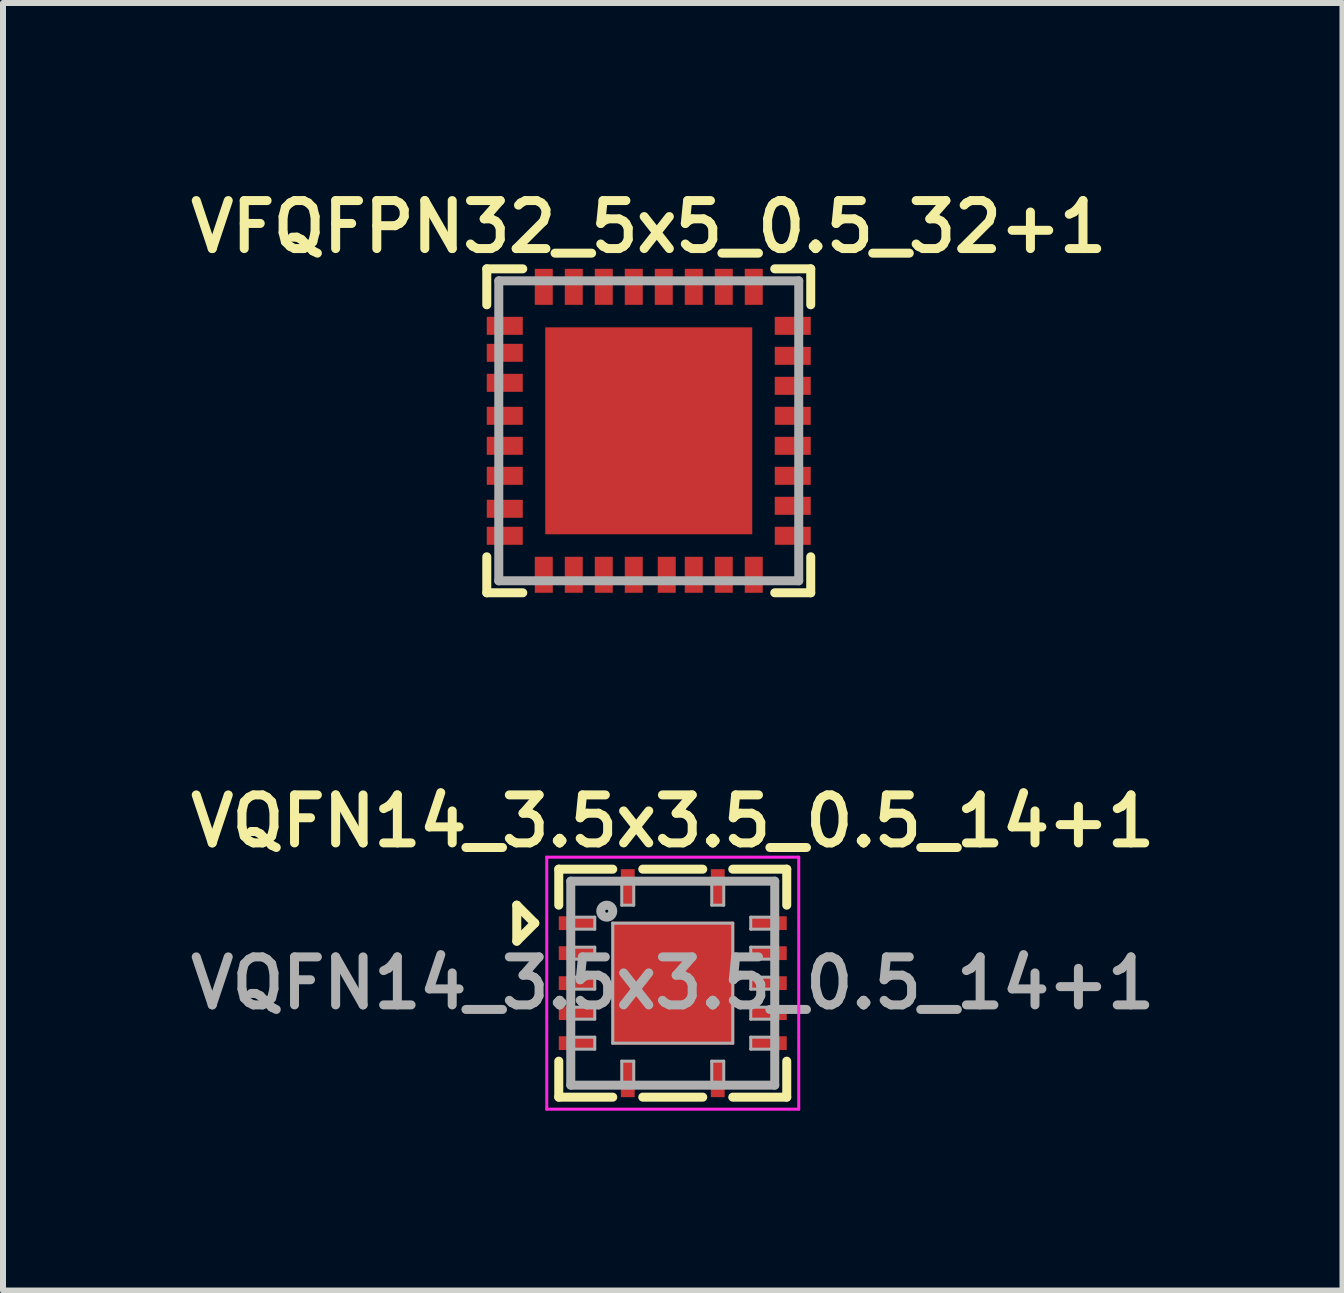
<source format=kicad_pcb>
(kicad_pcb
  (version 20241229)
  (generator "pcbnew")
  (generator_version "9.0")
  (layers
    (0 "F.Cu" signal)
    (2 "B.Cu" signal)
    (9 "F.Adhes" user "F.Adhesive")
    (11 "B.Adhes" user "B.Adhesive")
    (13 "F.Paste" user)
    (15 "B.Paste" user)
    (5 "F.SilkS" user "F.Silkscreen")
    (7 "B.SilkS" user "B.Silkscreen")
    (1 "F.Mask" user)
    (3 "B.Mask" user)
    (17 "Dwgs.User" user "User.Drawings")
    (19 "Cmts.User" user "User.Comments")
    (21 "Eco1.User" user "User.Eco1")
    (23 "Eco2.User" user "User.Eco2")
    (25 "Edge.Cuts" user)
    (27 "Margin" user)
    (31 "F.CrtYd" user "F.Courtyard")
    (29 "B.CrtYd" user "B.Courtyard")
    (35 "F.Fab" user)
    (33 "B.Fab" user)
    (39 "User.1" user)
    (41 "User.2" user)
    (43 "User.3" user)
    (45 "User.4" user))
  (footprint "VQFN14_3.5x3.5_0.5_14+1"
    (layer "F.Cu")
    (at 8.164 13.338)
    (property "Reference" "VQFN14_3.5x3.5_0.5_14+1" (at 0 -2.7 0) (layer "F.SilkS") (effects (font (size 0.8 0.8) (thickness 0.15))))
    (attr through_hole)
    (fp_line (start -2.6 -1.3) (end -2.3 -1) (stroke (width 0.15) (type solid)) (layer "F.SilkS"))
    (fp_line (start -2.6 -0.7) (end -2.6 -1.3) (stroke (width 0.15) (type solid)) (layer "F.SilkS"))
    (fp_line (start -2.3 -1) (end -2.6 -0.7) (stroke (width 0.15) (type solid)) (layer "F.SilkS"))
    (fp_line (start -1.9 -1.9) (end -1 -1.9) (stroke (width 0.15) (type solid)) (layer "F.SilkS"))
    (fp_line (start -1.9 -1.3) (end -1.9 -1.9) (stroke (width 0.15) (type solid)) (layer "F.SilkS"))
    (fp_line (start -1.9 1.3) (end -1.9 1.9) (stroke (width 0.15) (type solid)) (layer "F.SilkS"))
    (fp_line (start -1.9 1.9) (end -1 1.9) (stroke (width 0.15) (type solid)) (layer "F.SilkS"))
    (fp_line (start -0.5 1.9) (end 0.5 1.9) (stroke (width 0.15) (type solid)) (layer "F.SilkS"))
    (fp_line (start 0.5 -1.9) (end -0.5 -1.9) (stroke (width 0.15) (type solid)) (layer "F.SilkS"))
    (fp_line (start 1.9 -1.9) (end 1 -1.9) (stroke (width 0.15) (type solid)) (layer "F.SilkS"))
    (fp_line (start 1.9 -1.3) (end 1.9 -1.9) (stroke (width 0.15) (type solid)) (layer "F.SilkS"))
    (fp_line (start 1.9 1.3) (end 1.9 1.9) (stroke (width 0.15) (type solid)) (layer "F.SilkS"))
    (fp_line (start 1.9 1.9) (end 1 1.9) (stroke (width 0.15) (type solid)) (layer "F.SilkS"))
    (fp_line (start -2.1 -2.1) (end -2.1 2.1) (stroke (width 0.05) (type solid)) (layer "F.CrtYd"))
    (fp_line (start -2.1 2.1) (end 2.1 2.1) (stroke (width 0.05) (type solid)) (layer "F.CrtYd"))
    (fp_line (start 2.1 -2.1) (end -2.1 -2.1) (stroke (width 0.05) (type solid)) (layer "F.CrtYd"))
    (fp_line (start 2.1 2.1) (end 2.1 -2.1) (stroke (width 0.05) (type solid)) (layer "F.CrtYd"))
    (fp_line (start -1.7 -1.7) (end -1.7 1.7) (stroke (width 0.15) (type solid)) (layer "F.Fab"))
    (fp_line (start -1.7 -0.9) (end -1.3 -0.9) (stroke (width 0.05) (type solid)) (layer "F.Fab"))
    (fp_line (start -1.7 -0.4) (end -1.3 -0.4) (stroke (width 0.05) (type solid)) (layer "F.Fab"))
    (fp_line (start -1.7 0.1) (end -1.3 0.1) (stroke (width 0.05) (type solid)) (layer "F.Fab"))
    (fp_line (start -1.7 0.6) (end -1.3 0.6) (stroke (width 0.05) (type solid)) (layer "F.Fab"))
    (fp_line (start -1.7 1.1) (end -1.3 1.1) (stroke (width 0.05) (type solid)) (layer "F.Fab"))
    (fp_line (start -1.7 1.7) (end 1.7 1.7) (stroke (width 0.15) (type solid)) (layer "F.Fab"))
    (fp_line (start -1.3 -1.1) (end -1.7 -1.1) (stroke (width 0.05) (type solid)) (layer "F.Fab"))
    (fp_line (start -1.3 -0.9) (end -1.3 -1.1) (stroke (width 0.05) (type solid)) (layer "F.Fab"))
    (fp_line (start -1.3 -0.6) (end -1.7 -0.6) (stroke (width 0.05) (type solid)) (layer "F.Fab"))
    (fp_line (start -1.3 -0.4) (end -1.3 -0.6) (stroke (width 0.05) (type solid)) (layer "F.Fab"))
    (fp_line (start -1.3 -0.1) (end -1.7 -0.1) (stroke (width 0.05) (type solid)) (layer "F.Fab"))
    (fp_line (start -1.3 0.1) (end -1.3 -0.1) (stroke (width 0.05) (type solid)) (layer "F.Fab"))
    (fp_line (start -1.3 0.4) (end -1.7 0.4) (stroke (width 0.05) (type solid)) (layer "F.Fab"))
    (fp_line (start -1.3 0.6) (end -1.3 0.4) (stroke (width 0.05) (type solid)) (layer "F.Fab"))
    (fp_line (start -1.3 0.9) (end -1.7 0.9) (stroke (width 0.05) (type solid)) (layer "F.Fab"))
    (fp_line (start -1.3 1.1) (end -1.3 0.9) (stroke (width 0.05) (type solid)) (layer "F.Fab"))
    (fp_line (start -1 -1) (end -1 1) (stroke (width 0.05) (type solid)) (layer "F.Fab"))
    (fp_line (start -1 1) (end 1 1) (stroke (width 0.05) (type solid)) (layer "F.Fab"))
    (fp_line (start -0.85 -1.7) (end -0.85 -1.3) (stroke (width 0.05) (type solid)) (layer "F.Fab"))
    (fp_line (start -0.85 -1.3) (end -0.65 -1.3) (stroke (width 0.05) (type solid)) (layer "F.Fab"))
    (fp_line (start -0.85 1.3) (end -0.85 1.7) (stroke (width 0.05) (type solid)) (layer "F.Fab"))
    (fp_line (start -0.65 -1.3) (end -0.65 -1.7) (stroke (width 0.05) (type solid)) (layer "F.Fab"))
    (fp_line (start -0.65 1.3) (end -0.85 1.3) (stroke (width 0.05) (type solid)) (layer "F.Fab"))
    (fp_line (start -0.65 1.7) (end -0.65 1.3) (stroke (width 0.05) (type solid)) (layer "F.Fab"))
    (fp_line (start 0.65 -1.7) (end 0.65 -1.3) (stroke (width 0.05) (type solid)) (layer "F.Fab"))
    (fp_line (start 0.65 -1.3) (end 0.85 -1.3) (stroke (width 0.05) (type solid)) (layer "F.Fab"))
    (fp_line (start 0.65 1.3) (end 0.65 1.7) (stroke (width 0.05) (type solid)) (layer "F.Fab"))
    (fp_line (start 0.85 -1.3) (end 0.85 -1.7) (stroke (width 0.05) (type solid)) (layer "F.Fab"))
    (fp_line (start 0.85 1.3) (end 0.65 1.3) (stroke (width 0.05) (type solid)) (layer "F.Fab"))
    (fp_line (start 0.85 1.7) (end 0.85 1.3) (stroke (width 0.05) (type solid)) (layer "F.Fab"))
    (fp_line (start 1 -1) (end -1 -1) (stroke (width 0.05) (type solid)) (layer "F.Fab"))
    (fp_line (start 1 1) (end 1 -1) (stroke (width 0.05) (type solid)) (layer "F.Fab"))
    (fp_line (start 1.3 -1.1) (end 1.3 -0.9) (stroke (width 0.05) (type solid)) (layer "F.Fab"))
    (fp_line (start 1.3 -0.9) (end 1.7 -0.9) (stroke (width 0.05) (type solid)) (layer "F.Fab"))
    (fp_line (start 1.3 -0.6) (end 1.3 -0.4) (stroke (width 0.05) (type solid)) (layer "F.Fab"))
    (fp_line (start 1.3 -0.4) (end 1.7 -0.4) (stroke (width 0.05) (type solid)) (layer "F.Fab"))
    (fp_line (start 1.3 -0.1) (end 1.3 0.1) (stroke (width 0.05) (type solid)) (layer "F.Fab"))
    (fp_line (start 1.3 0.1) (end 1.7 0.1) (stroke (width 0.05) (type solid)) (layer "F.Fab"))
    (fp_line (start 1.3 0.4) (end 1.3 0.6) (stroke (width 0.05) (type solid)) (layer "F.Fab"))
    (fp_line (start 1.3 0.6) (end 1.7 0.6) (stroke (width 0.05) (type solid)) (layer "F.Fab"))
    (fp_line (start 1.3 0.9) (end 1.3 1.1) (stroke (width 0.05) (type solid)) (layer "F.Fab"))
    (fp_line (start 1.3 1.1) (end 1.7 1.1) (stroke (width 0.05) (type solid)) (layer "F.Fab"))
    (fp_line (start 1.7 -1.7) (end -1.7 -1.7) (stroke (width 0.15) (type solid)) (layer "F.Fab"))
    (fp_line (start 1.7 -1.1) (end 1.3 -1.1) (stroke (width 0.05) (type solid)) (layer "F.Fab"))
    (fp_line (start 1.7 -0.6) (end 1.3 -0.6) (stroke (width 0.05) (type solid)) (layer "F.Fab"))
    (fp_line (start 1.7 -0.1) (end 1.3 -0.1) (stroke (width 0.05) (type solid)) (layer "F.Fab"))
    (fp_line (start 1.7 0.4) (end 1.3 0.4) (stroke (width 0.05) (type solid)) (layer "F.Fab"))
    (fp_line (start 1.7 0.9) (end 1.3 0.9) (stroke (width 0.05) (type solid)) (layer "F.Fab"))
    (fp_line (start 1.7 1.7) (end 1.7 -1.7) (stroke (width 0.15) (type solid)) (layer "F.Fab"))
    (fp_circle (center -1.1 -1.2) (end -1 -1.2) (stroke (width 0.15) (type solid)) (fill no) (layer "F.Fab"))
    (fp_text user "${REFERENCE}" (at 0 0 0) (layer "F.Fab") (effects (font (size 0.8 0.8) (thickness 0.15))))
    (pad "1" smd rect (at -0.75 -1.6 270) (size 0.6 0.23) (layers "F.Cu" "F.Mask" "F.Paste"))
    (pad "2" smd rect (at -1.6 -1) (size 0.6 0.23) (layers "F.Cu" "F.Mask" "F.Paste"))
    (pad "3" smd rect (at -1.6 -0.5) (size 0.6 0.23) (layers "F.Cu" "F.Mask" "F.Paste"))
    (pad "4" smd rect (at -1.6 0) (size 0.6 0.23) (layers "F.Cu" "F.Mask" "F.Paste"))
    (pad "5" smd rect (at -1.6 0.5) (size 0.6 0.23) (layers "F.Cu" "F.Mask" "F.Paste"))
    (pad "6" smd rect (at -1.6 1) (size 0.6 0.23) (layers "F.Cu" "F.Mask" "F.Paste"))
    (pad "7" smd rect (at -0.75 1.6 90) (size 0.6 0.23) (layers "F.Cu" "F.Mask" "F.Paste"))
    (pad "8" smd rect (at 0.75 1.6 90) (size 0.6 0.23) (layers "F.Cu" "F.Mask" "F.Paste"))
    (pad "9" smd rect (at 1.6 1 180) (size 0.6 0.23) (layers "F.Cu" "F.Mask" "F.Paste"))
    (pad "10" smd rect (at 1.6 0.5 180) (size 0.6 0.23) (layers "F.Cu" "F.Mask" "F.Paste"))
    (pad "11" smd rect (at 1.6 0 180) (size 0.6 0.23) (layers "F.Cu" "F.Mask" "F.Paste"))
    (pad "12" smd rect (at 1.6 -0.5 180) (size 0.6 0.23) (layers "F.Cu" "F.Mask" "F.Paste"))
    (pad "13" smd rect (at 1.6 -1 180) (size 0.6 0.23) (layers "F.Cu" "F.Mask" "F.Paste"))
    (pad "14" smd rect (at 0.75 -1.6 90) (size 0.6 0.23) (layers "F.Cu" "F.Mask" "F.Paste"))
    (pad "20" smd rect (at 0 0 90) (size 2.05 2.05) (layers "F.Cu" "F.Mask" "F.Paste")))
  (footprint "VFQFPN32_5x5_0.5_32+1"
    (layer "F.Cu")
    (at 7.764 4.131)
    (property "Reference" "VFQFPN32_5x5_0.5_32+1" (at 0 -3.4 0) (layer "F.SilkS") (effects (font (size 0.8 0.8) (thickness 0.15))))
    (attr smd)
    (fp_line (start -2.7 -2.7) (end -2.1 -2.7) (stroke (width 0.15) (type solid)) (layer "F.SilkS"))
    (fp_line (start -2.7 -2.1) (end -2.7 -2.7) (stroke (width 0.15) (type solid)) (layer "F.SilkS"))
    (fp_line (start -2.7 2.7) (end -2.7 2.1) (stroke (width 0.15) (type solid)) (layer "F.SilkS"))
    (fp_line (start -2.1 2.7) (end -2.7 2.7) (stroke (width 0.15) (type solid)) (layer "F.SilkS"))
    (fp_line (start 2.7 -2.7) (end 2.1 -2.7) (stroke (width 0.15) (type solid)) (layer "F.SilkS"))
    (fp_line (start 2.7 -2.1) (end 2.7 -2.7) (stroke (width 0.15) (type solid)) (layer "F.SilkS"))
    (fp_line (start 2.7 2.1) (end 2.7 2.7) (stroke (width 0.15) (type solid)) (layer "F.SilkS"))
    (fp_line (start 2.7 2.7) (end 2.1 2.7) (stroke (width 0.15) (type solid)) (layer "F.SilkS"))
    (fp_line (start -2.5 -2.5) (end 2.5 -2.5) (stroke (width 0.15) (type solid)) (layer "F.Fab"))
    (fp_line (start -2.5 2.5) (end -2.5 -2.5) (stroke (width 0.15) (type solid)) (layer "F.Fab"))
    (fp_line (start 2.5 -2.5) (end 2.5 2.5) (stroke (width 0.15) (type solid)) (layer "F.Fab"))
    (fp_line (start 2.5 2.5) (end -2.5 2.5) (stroke (width 0.15) (type solid)) (layer "F.Fab"))
    (pad "1" smd rect (at -2.4 -1.75 270) (size 0.3 0.6) (layers "F.Cu" "F.Mask" "F.Paste"))
    (pad "2" smd rect (at -2.4 -1.3 270) (size 0.3 0.6) (layers "F.Cu" "F.Mask" "F.Paste"))
    (pad "3" smd rect (at -2.4 -0.8 270) (size 0.3 0.6) (layers "F.Cu" "F.Mask" "F.Paste"))
    (pad "4" smd rect (at -2.4 -0.25 270) (size 0.3 0.6) (layers "F.Cu" "F.Mask" "F.Paste"))
    (pad "5" smd rect (at -2.4 0.25 270) (size 0.3 0.6) (layers "F.Cu" "F.Mask" "F.Paste"))
    (pad "6" smd rect (at -2.4 0.75 270) (size 0.3 0.6) (layers "F.Cu" "F.Mask" "F.Paste"))
    (pad "7" smd rect (at -2.4 1.3 270) (size 0.3 0.6) (layers "F.Cu" "F.Mask" "F.Paste"))
    (pad "8" smd rect (at -2.4 1.75 270) (size 0.3 0.6) (layers "F.Cu" "F.Mask" "F.Paste"))
    (pad "9" smd rect (at -1.75 2.4) (size 0.3 0.6) (layers "F.Cu" "F.Mask" "F.Paste"))
    (pad "10" smd rect (at -1.25 2.4) (size 0.3 0.6) (layers "F.Cu" "F.Mask" "F.Paste"))
    (pad "11" smd rect (at -0.75 2.4) (size 0.3 0.6) (layers "F.Cu" "F.Mask" "F.Paste"))
    (pad "12" smd rect (at -0.25 2.4) (size 0.3 0.6) (layers "F.Cu" "F.Mask" "F.Paste"))
    (pad "13" smd rect (at 0.3 2.4) (size 0.3 0.6) (layers "F.Cu" "F.Mask" "F.Paste"))
    (pad "14" smd rect (at 0.75 2.4) (size 0.3 0.6) (layers "F.Cu" "F.Mask" "F.Paste"))
    (pad "15" smd rect (at 1.25 2.4) (size 0.3 0.6) (layers "F.Cu" "F.Mask" "F.Paste"))
    (pad "16" smd rect (at 1.75 2.4) (size 0.3 0.6) (layers "F.Cu" "F.Mask" "F.Paste"))
    (pad "17" smd rect (at 2.4 1.75 90) (size 0.3 0.6) (layers "F.Cu" "F.Mask" "F.Paste"))
    (pad "18" smd rect (at 2.4 1.25 90) (size 0.3 0.6) (layers "F.Cu" "F.Mask" "F.Paste"))
    (pad "19" smd rect (at 2.4 0.75 90) (size 0.3 0.6) (layers "F.Cu" "F.Mask" "F.Paste"))
    (pad "20" smd rect (at 2.4 0.25 90) (size 0.3 0.6) (layers "F.Cu" "F.Mask" "F.Paste"))
    (pad "21" smd rect (at 2.4 -0.25 90) (size 0.3 0.6) (layers "F.Cu" "F.Mask" "F.Paste"))
    (pad "22" smd rect (at 2.4 -0.75 90) (size 0.3 0.6) (layers "F.Cu" "F.Mask" "F.Paste"))
    (pad "23" smd rect (at 2.4 -1.25 90) (size 0.3 0.6) (layers "F.Cu" "F.Mask" "F.Paste"))
    (pad "24" smd rect (at 2.4 -1.75 90) (size 0.3 0.6) (layers "F.Cu" "F.Mask" "F.Paste"))
    (pad "25" smd rect (at 1.75 -2.4 180) (size 0.3 0.6) (layers "F.Cu" "F.Mask" "F.Paste"))
    (pad "26" smd rect (at 1.25 -2.4 180) (size 0.3 0.6) (layers "F.Cu" "F.Mask" "F.Paste"))
    (pad "27" smd rect (at 0.75 -2.4 180) (size 0.3 0.6) (layers "F.Cu" "F.Mask" "F.Paste"))
    (pad "28" smd rect (at 0.25 -2.4 180) (size 0.3 0.6) (layers "F.Cu" "F.Mask" "F.Paste"))
    (pad "29" smd rect (at -0.25 -2.4 180) (size 0.3 0.6) (layers "F.Cu" "F.Mask" "F.Paste"))
    (pad "30" smd rect (at -0.75 -2.4 180) (size 0.3 0.6) (layers "F.Cu" "F.Mask" "F.Paste"))
    (pad "31" smd rect (at -1.25 -2.4 180) (size 0.3 0.6) (layers "F.Cu" "F.Mask" "F.Paste"))
    (pad "32" smd rect (at -1.75 -2.4 180) (size 0.3 0.6) (layers "F.Cu" "F.Mask" "F.Paste"))
    (pad "33" smd rect (at 0 0 180) (size 3.45 3.45) (layers "F.Cu" "F.Mask" "F.Paste")))
  (gr_rect
    (start -3 -3)
    (end 19.328 18.462)
    (stroke (width 0.1) (type default))
    (fill no)
    (layer "Edge.Cuts")))
</source>
